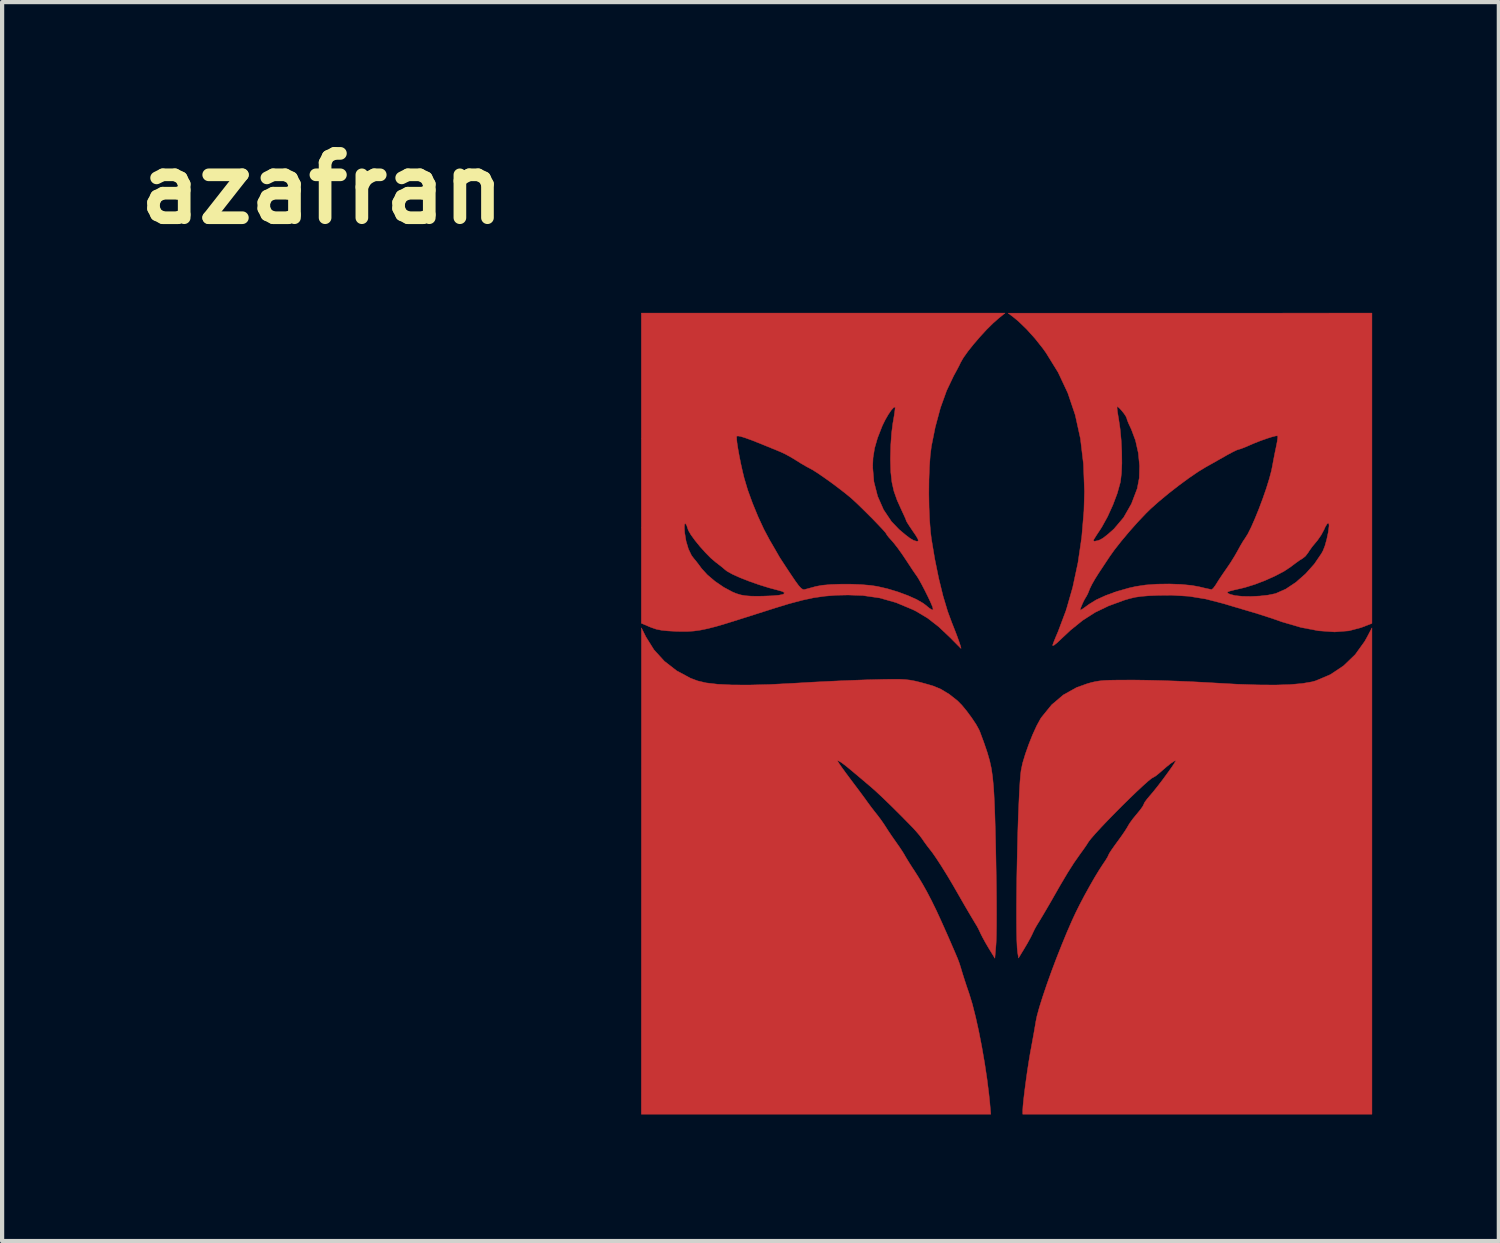
<source format=kicad_pcb>
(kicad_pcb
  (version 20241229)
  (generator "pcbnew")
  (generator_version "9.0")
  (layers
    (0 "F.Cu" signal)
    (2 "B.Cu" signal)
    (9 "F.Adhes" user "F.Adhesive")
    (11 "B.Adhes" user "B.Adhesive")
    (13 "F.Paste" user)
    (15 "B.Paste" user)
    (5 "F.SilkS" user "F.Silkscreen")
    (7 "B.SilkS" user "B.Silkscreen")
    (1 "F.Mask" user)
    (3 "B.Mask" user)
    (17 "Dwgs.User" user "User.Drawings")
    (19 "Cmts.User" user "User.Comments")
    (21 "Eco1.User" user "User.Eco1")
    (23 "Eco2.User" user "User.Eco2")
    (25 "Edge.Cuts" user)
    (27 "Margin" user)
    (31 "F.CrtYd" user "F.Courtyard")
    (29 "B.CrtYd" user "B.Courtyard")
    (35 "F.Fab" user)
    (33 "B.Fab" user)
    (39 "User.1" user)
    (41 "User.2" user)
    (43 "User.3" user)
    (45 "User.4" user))
  (footprint "azafran"
    (layer "F.Cu")
    (at 20.829 13.068)
    (property "Reference" "azafran" (at -16.25 -11.65 0) (layer "F.SilkS") (effects (font (size 1.524 1.524) (thickness 0.3))))
    (attr through_hole)
    (fp_poly (pts (xy -8.576 -1.027) (xy -8.387 -0.725) (xy -8.141 -0.455) (xy -7.849 -0.228) (xy -7.524 -0.053) (xy -7.352 0.012) (xy -7.152 0.059) (xy -6.881 0.091) (xy -6.541 0.108) (xy -6.132 0.11) (xy -5.655 0.098) (xy -5.111 0.07) (xy -5.003 0.064) (xy -4.685 0.045) (xy -4.331 0.027) (xy -3.968 0.01) (xy -3.62 -0.004) (xy -3.311 -0.015) (xy -3.225 -0.017) (xy -2.956 -0.024) (xy -2.744 -0.027) (xy -2.577 -0.027) (xy -2.44 -0.02) (xy -2.318 -0.006) (xy -2.197 0.017) (xy -2.062 0.05) (xy -1.9 0.095) (xy -1.774 0.132) (xy -1.592 0.207) (xy -1.391 0.329) (xy -1.198 0.481) (xy -1.095 0.585) (xy -0.977 0.728) (xy -0.86 0.887) (xy -0.757 1.041) (xy -0.685 1.171) (xy -0.67 1.205) (xy -0.568 1.48) (xy -0.491 1.706) (xy -0.434 1.903) (xy -0.394 2.087) (xy -0.366 2.279) (xy -0.345 2.495) (xy -0.342 2.533) (xy -0.331 2.709) (xy -0.32 2.94) (xy -0.31 3.215) (xy -0.301 3.524) (xy -0.293 3.857) (xy -0.286 4.205) (xy -0.28 4.556) (xy -0.275 4.902) (xy -0.272 5.232) (xy -0.271 5.536) (xy -0.272 5.803) (xy -0.275 6.025) (xy -0.28 6.19) (xy -0.284 6.261) (xy -0.311 6.582) (xy -0.452 6.352) (xy -0.531 6.218) (xy -0.602 6.089) (xy -0.649 5.995) (xy -0.695 5.897) (xy -0.735 5.821) (xy -0.74 5.814) (xy -0.792 5.728) (xy -0.869 5.599) (xy -0.959 5.447) (xy -1.05 5.291) (xy -1.129 5.153) (xy -1.157 5.104) (xy -1.296 4.862) (xy -1.436 4.626) (xy -1.571 4.409) (xy -1.691 4.224) (xy -1.788 4.084) (xy -1.825 4.036) (xy -1.913 3.923) (xy -1.992 3.814) (xy -2.026 3.764) (xy -2.09 3.677) (xy -2.183 3.568) (xy -2.253 3.491) (xy -2.512 3.227) (xy -2.754 2.986) (xy -2.971 2.776) (xy -3.153 2.606) (xy -3.253 2.519) (xy -3.477 2.329) (xy -3.652 2.182) (xy -3.784 2.072) (xy -3.881 1.995) (xy -3.947 1.946) (xy -3.986 1.922) (xy -4.031 1.9) (xy -4.036 1.913) (xy -4 1.971) (xy -3.988 1.989) (xy -3.939 2.06) (xy -3.857 2.173) (xy -3.755 2.31) (xy -3.663 2.433) (xy -3.552 2.58) (xy -3.45 2.717) (xy -3.369 2.828) (xy -3.327 2.887) (xy -3.257 2.982) (xy -3.167 3.1) (xy -3.113 3.167) (xy -3.022 3.286) (xy -2.939 3.405) (xy -2.902 3.462) (xy -2.842 3.556) (xy -2.757 3.683) (xy -2.665 3.814) (xy -2.663 3.817) (xy -2.576 3.941) (xy -2.5 4.055) (xy -2.451 4.135) (xy -2.449 4.14) (xy -2.404 4.217) (xy -2.334 4.331) (xy -2.252 4.459) (xy -2.243 4.471) (xy -2.128 4.651) (xy -2.02 4.831) (xy -1.915 5.019) (xy -1.808 5.225) (xy -1.694 5.458) (xy -1.57 5.728) (xy -1.43 6.042) (xy -1.27 6.411) (xy -1.192 6.594) (xy -1.151 6.704) (xy -1.111 6.831) (xy -1.107 6.848) (xy -1.079 6.939) (xy -1.035 7.079) (xy -0.979 7.25) (xy -0.918 7.428) (xy -0.844 7.671) (xy -0.768 7.971) (xy -0.692 8.314) (xy -0.62 8.683) (xy -0.554 9.064) (xy -0.497 9.443) (xy -0.452 9.803) (xy -0.432 9.996) (xy -0.407 10.277) (xy -8.686 10.277) (xy -8.685 4.516) (xy -8.684 -1.244) (xy -8.576 -1.027)) (stroke (width 0.01) (type solid)) (fill yes) (layer "F.Cu"))
    (fp_poly (pts (xy 8.622 10.277) (xy 0.349 10.277) (xy 0.349 10.195) (xy 0.355 10.088) (xy 0.371 9.925) (xy 0.395 9.722) (xy 0.425 9.494) (xy 0.458 9.256) (xy 0.494 9.024) (xy 0.529 8.813) (xy 0.545 8.731) (xy 0.58 8.538) (xy 0.613 8.356) (xy 0.639 8.205) (xy 0.656 8.104) (xy 0.656 8.101) (xy 0.687 7.949) (xy 0.744 7.742) (xy 0.823 7.491) (xy 0.919 7.207) (xy 1.028 6.902) (xy 1.147 6.586) (xy 1.272 6.27) (xy 1.397 5.966) (xy 1.52 5.684) (xy 1.603 5.505) (xy 1.698 5.314) (xy 1.811 5.099) (xy 1.933 4.878) (xy 2.052 4.67) (xy 2.16 4.493) (xy 2.237 4.374) (xy 2.309 4.267) (xy 2.361 4.182) (xy 2.381 4.137) (xy 2.381 4.137) (xy 2.402 4.095) (xy 2.457 4.011) (xy 2.537 3.897) (xy 2.59 3.825) (xy 2.686 3.693) (xy 2.768 3.573) (xy 2.825 3.483) (xy 2.84 3.455) (xy 2.884 3.382) (xy 2.961 3.277) (xy 3.048 3.171) (xy 3.132 3.069) (xy 3.192 2.985) (xy 3.216 2.936) (xy 3.216 2.935) (xy 3.239 2.886) (xy 3.298 2.807) (xy 3.343 2.754) (xy 3.431 2.651) (xy 3.546 2.508) (xy 3.671 2.344) (xy 3.792 2.179) (xy 3.895 2.034) (xy 3.924 1.989) (xy 3.968 1.92) (xy 3.971 1.899) (xy 3.933 1.916) (xy 3.919 1.924) (xy 3.854 1.968) (xy 3.758 2.045) (xy 3.661 2.129) (xy 3.565 2.212) (xy 3.489 2.271) (xy 3.449 2.294) (xy 3.449 2.294) (xy 3.404 2.319) (xy 3.317 2.389) (xy 3.196 2.497) (xy 3.05 2.633) (xy 2.886 2.791) (xy 2.712 2.962) (xy 2.537 3.138) (xy 2.367 3.312) (xy 2.212 3.475) (xy 2.079 3.619) (xy 1.975 3.738) (xy 1.91 3.821) (xy 1.898 3.84) (xy 1.856 3.906) (xy 1.784 4.009) (xy 1.699 4.127) (xy 1.692 4.137) (xy 1.561 4.324) (xy 1.411 4.56) (xy 1.239 4.85) (xy 1.093 5.105) (xy 1.018 5.237) (xy 0.93 5.388) (xy 0.84 5.541) (xy 0.759 5.677) (xy 0.697 5.778) (xy 0.675 5.814) (xy 0.636 5.883) (xy 0.589 5.98) (xy 0.583 5.995) (xy 0.535 6.092) (xy 0.464 6.221) (xy 0.388 6.35) (xy 0.25 6.577) (xy 0.227 6.44) (xy 0.217 6.332) (xy 0.209 6.161) (xy 0.204 5.935) (xy 0.202 5.663) (xy 0.202 5.355) (xy 0.205 5.019) (xy 0.209 4.664) (xy 0.216 4.299) (xy 0.224 3.933) (xy 0.233 3.576) (xy 0.244 3.235) (xy 0.257 2.921) (xy 0.27 2.641) (xy 0.284 2.406) (xy 0.299 2.223) (xy 0.31 2.134) (xy 0.346 1.961) (xy 0.41 1.748) (xy 0.492 1.516) (xy 0.584 1.285) (xy 0.679 1.077) (xy 0.769 0.912) (xy 0.792 0.877) (xy 1.034 0.579) (xy 1.311 0.344) (xy 1.626 0.168) (xy 1.873 0.08) (xy 1.977 0.05) (xy 2.071 0.029) (xy 2.167 0.013) (xy 2.278 0.002) (xy 2.416 -0.004) (xy 2.593 -0.007) (xy 2.822 -0.008) (xy 3.016 -0.008) (xy 3.294 -0.004) (xy 3.623 0.004) (xy 3.979 0.016) (xy 4.341 0.031) (xy 4.687 0.049) (xy 4.877 0.06) (xy 5.432 0.091) (xy 5.918 0.107) (xy 6.336 0.11) (xy 6.688 0.099) (xy 6.976 0.073) (xy 7.203 0.034) (xy 7.289 0.01) (xy 7.638 -0.138) (xy 7.952 -0.348) (xy 8.226 -0.612) (xy 8.451 -0.925) (xy 8.504 -1.02) (xy 8.622 -1.244) (xy 8.622 10.277)) (stroke (width 0.01) (type solid)) (fill yes) (layer "F.Cu"))
    (fp_poly (pts (xy 8.622 -1.35) (xy 8.369 -1.252) (xy 8.076 -1.174) (xy 7.738 -1.148) (xy 7.359 -1.175) (xy 6.943 -1.254) (xy 6.494 -1.385) (xy 6.373 -1.428) (xy 6.218 -1.481) (xy 6.027 -1.543) (xy 5.832 -1.604) (xy 5.764 -1.624) (xy 5.567 -1.682) (xy 5.351 -1.746) (xy 5.155 -1.805) (xy 5.103 -1.82) (xy 4.686 -1.928) (xy 4.287 -1.993) (xy 3.876 -2.018) (xy 3.567 -2.015) (xy 3.337 -2.005) (xy 3.16 -1.991) (xy 3.015 -1.97) (xy 2.88 -1.938) (xy 2.752 -1.9) (xy 2.384 -1.765) (xy 2.064 -1.611) (xy 1.772 -1.424) (xy 1.485 -1.193) (xy 1.285 -1.006) (xy 1.167 -0.894) (xy 1.09 -0.833) (xy 1.058 -0.825) (xy 1.059 -0.839) (xy 1.085 -0.911) (xy 1.131 -1.025) (xy 1.187 -1.156) (xy 1.189 -1.161) (xy 1.375 -1.656) (xy 1.383 -1.68) (xy 1.711 -1.68) (xy 1.712 -1.661) (xy 1.749 -1.681) (xy 1.826 -1.734) (xy 1.92 -1.803) (xy 2.09 -1.908) (xy 2.316 -2.011) (xy 2.499 -2.077) (xy 5.194 -2.077) (xy 5.223 -2.057) (xy 5.266 -2.038) (xy 5.385 -2.008) (xy 5.554 -1.991) (xy 5.753 -1.988) (xy 5.962 -1.998) (xy 6.16 -2.02) (xy 6.326 -2.054) (xy 6.346 -2.06) (xy 6.58 -2.163) (xy 6.819 -2.322) (xy 7.05 -2.525) (xy 7.258 -2.758) (xy 7.429 -3.009) (xy 7.464 -3.074) (xy 7.508 -3.186) (xy 7.551 -3.34) (xy 7.586 -3.504) (xy 7.605 -3.647) (xy 7.606 -3.684) (xy 7.594 -3.729) (xy 7.563 -3.712) (xy 7.518 -3.64) (xy 7.487 -3.571) (xy 7.42 -3.445) (xy 7.33 -3.315) (xy 7.294 -3.272) (xy 7.208 -3.169) (xy 7.136 -3.069) (xy 7.114 -3.032) (xy 7.048 -2.945) (xy 6.98 -2.89) (xy 6.91 -2.847) (xy 6.807 -2.773) (xy 6.696 -2.689) (xy 6.539 -2.585) (xy 6.332 -2.476) (xy 6.095 -2.369) (xy 5.85 -2.275) (xy 5.618 -2.203) (xy 5.538 -2.183) (xy 5.366 -2.144) (xy 5.257 -2.116) (xy 5.203 -2.095) (xy 5.194 -2.077) (xy 2.499 -2.077) (xy 2.58 -2.107) (xy 2.868 -2.189) (xy 3.029 -2.225) (xy 3.26 -2.26) (xy 3.532 -2.28) (xy 3.82 -2.284) (xy 4.103 -2.274) (xy 4.356 -2.249) (xy 4.522 -2.219) (xy 4.656 -2.187) (xy 4.762 -2.164) (xy 4.821 -2.152) (xy 4.825 -2.152) (xy 4.861 -2.18) (xy 4.914 -2.251) (xy 4.934 -2.283) (xy 4.995 -2.38) (xy 5.08 -2.508) (xy 5.172 -2.641) (xy 5.176 -2.646) (xy 5.275 -2.792) (xy 5.372 -2.949) (xy 5.444 -3.076) (xy 5.511 -3.198) (xy 5.575 -3.305) (xy 5.611 -3.357) (xy 5.679 -3.465) (xy 5.761 -3.628) (xy 5.851 -3.833) (xy 5.945 -4.064) (xy 6.036 -4.307) (xy 6.12 -4.549) (xy 6.19 -4.775) (xy 6.242 -4.97) (xy 6.262 -5.07) (xy 6.289 -5.216) (xy 6.323 -5.391) (xy 6.351 -5.524) (xy 6.376 -5.65) (xy 6.39 -5.746) (xy 6.391 -5.791) (xy 6.39 -5.792) (xy 6.347 -5.792) (xy 6.252 -5.768) (xy 6.123 -5.727) (xy 5.974 -5.674) (xy 5.822 -5.614) (xy 5.73 -5.574) (xy 5.61 -5.522) (xy 5.513 -5.485) (xy 5.462 -5.471) (xy 5.413 -5.454) (xy 5.319 -5.408) (xy 5.197 -5.343) (xy 5.152 -5.317) (xy 4.995 -5.228) (xy 4.833 -5.136) (xy 4.697 -5.06) (xy 4.686 -5.054) (xy 4.502 -4.942) (xy 4.283 -4.792) (xy 4.044 -4.616) (xy 3.803 -4.428) (xy 3.575 -4.239) (xy 3.377 -4.063) (xy 3.273 -3.961) (xy 3.071 -3.748) (xy 2.868 -3.519) (xy 2.678 -3.292) (xy 2.515 -3.084) (xy 2.406 -2.931) (xy 2.346 -2.84) (xy 2.262 -2.713) (xy 2.169 -2.573) (xy 2.147 -2.54) (xy 2.061 -2.403) (xy 1.987 -2.273) (xy 1.938 -2.173) (xy 1.931 -2.154) (xy 1.892 -2.057) (xy 1.855 -1.986) (xy 1.852 -1.983) (xy 1.813 -1.918) (xy 1.77 -1.831) (xy 1.733 -1.744) (xy 1.711 -1.68) (xy 1.383 -1.68) (xy 1.533 -2.203) (xy 1.658 -2.788) (xy 1.735 -3.31) (xy 2.018 -3.31) (xy 2.049 -3.295) (xy 2.134 -3.313) (xy 2.183 -3.331) (xy 2.253 -3.372) (xy 2.355 -3.451) (xy 2.472 -3.553) (xy 2.514 -3.592) (xy 2.739 -3.858) (xy 2.924 -4.182) (xy 3.062 -4.545) (xy 3.11 -4.797) (xy 3.117 -5.085) (xy 3.087 -5.388) (xy 3.021 -5.683) (xy 2.922 -5.948) (xy 2.905 -5.984) (xy 2.855 -6.091) (xy 2.822 -6.175) (xy 2.815 -6.205) (xy 2.794 -6.254) (xy 2.745 -6.327) (xy 2.683 -6.403) (xy 2.626 -6.463) (xy 2.589 -6.486) (xy 2.585 -6.485) (xy 2.584 -6.444) (xy 2.595 -6.351) (xy 2.616 -6.224) (xy 2.621 -6.197) (xy 2.656 -5.959) (xy 2.681 -5.692) (xy 2.695 -5.415) (xy 2.698 -5.148) (xy 2.688 -4.909) (xy 2.666 -4.719) (xy 2.66 -4.687) (xy 2.59 -4.435) (xy 2.485 -4.156) (xy 2.359 -3.879) (xy 2.222 -3.631) (xy 2.173 -3.555) (xy 2.099 -3.444) (xy 2.045 -3.358) (xy 2.019 -3.312) (xy 2.018 -3.31) (xy 1.735 -3.31) (xy 1.747 -3.396) (xy 1.799 -4.012) (xy 1.812 -4.473) (xy 1.788 -5.125) (xy 1.716 -5.728) (xy 1.593 -6.287) (xy 1.417 -6.808) (xy 1.188 -7.296) (xy 0.903 -7.757) (xy 0.829 -7.861) (xy 0.642 -8.097) (xy 0.441 -8.32) (xy 0.244 -8.51) (xy 0.131 -8.603) (xy 0.004 -8.7) (xy 4.313 -8.7) (xy 8.622 -8.701) (xy 8.622 -1.35)) (stroke (width 0.01) (type solid)) (fill yes) (layer "F.Cu"))
    (fp_poly (pts (xy -0.214 -8.585) (xy -0.351 -8.464) (xy -0.506 -8.311) (xy -0.665 -8.138) (xy -0.818 -7.96) (xy -0.954 -7.789) (xy -1.06 -7.639) (xy -1.126 -7.524) (xy -1.13 -7.514) (xy -1.16 -7.451) (xy -1.215 -7.347) (xy -1.283 -7.222) (xy -1.288 -7.213) (xy -1.453 -6.866) (xy -1.6 -6.458) (xy -1.724 -5.997) (xy -1.815 -5.544) (xy -1.842 -5.328) (xy -1.861 -5.059) (xy -1.872 -4.752) (xy -1.875 -4.427) (xy -1.87 -4.102) (xy -1.857 -3.793) (xy -1.835 -3.519) (xy -1.815 -3.355) (xy -1.734 -2.872) (xy -1.641 -2.416) (xy -1.539 -2) (xy -1.43 -1.636) (xy -1.334 -1.376) (xy -1.271 -1.217) (xy -1.211 -1.062) (xy -1.162 -0.925) (xy -1.127 -0.821) (xy -1.112 -0.764) (xy -1.113 -0.757) (xy -1.14 -0.782) (xy -1.206 -0.848) (xy -1.3 -0.943) (xy -1.365 -1.009) (xy -1.64 -1.269) (xy -1.903 -1.474) (xy -2.171 -1.635) (xy -2.253 -1.676) (xy -2.652 -1.843) (xy -3.04 -1.953) (xy -3.442 -2.011) (xy -3.785 -2.023) (xy -4.075 -2.017) (xy -4.342 -1.995) (xy -4.606 -1.957) (xy -4.884 -1.897) (xy -5.194 -1.814) (xy -5.511 -1.717) (xy -5.715 -1.652) (xy -5.954 -1.576) (xy -6.196 -1.499) (xy -6.364 -1.446) (xy -6.664 -1.352) (xy -6.91 -1.279) (xy -7.112 -1.227) (xy -7.286 -1.191) (xy -7.443 -1.169) (xy -7.597 -1.159) (xy -7.76 -1.159) (xy -7.851 -1.161) (xy -8.057 -1.172) (xy -8.21 -1.188) (xy -8.333 -1.213) (xy -8.447 -1.252) (xy -8.477 -1.264) (xy -8.686 -1.353) (xy -8.686 -3.612) (xy -7.667 -3.612) (xy -7.659 -3.498) (xy -7.626 -3.298) (xy -7.57 -3.111) (xy -7.498 -2.961) (xy -7.448 -2.894) (xy -7.4 -2.837) (xy -7.327 -2.743) (xy -7.261 -2.653) (xy -7.124 -2.502) (xy -6.941 -2.347) (xy -6.733 -2.205) (xy -6.524 -2.093) (xy -6.43 -2.055) (xy -6.327 -2.024) (xy -6.216 -2.005) (xy -6.079 -1.995) (xy -5.897 -1.994) (xy -5.794 -1.996) (xy -5.583 -2.004) (xy -5.427 -2.018) (xy -5.332 -2.037) (xy -5.309 -2.049) (xy -5.298 -2.079) (xy -5.342 -2.106) (xy -5.425 -2.13) (xy -5.664 -2.194) (xy -5.908 -2.27) (xy -6.141 -2.352) (xy -6.353 -2.436) (xy -6.528 -2.515) (xy -6.655 -2.586) (xy -6.706 -2.625) (xy -6.754 -2.667) (xy -6.84 -2.735) (xy -6.926 -2.801) (xy -7.041 -2.899) (xy -7.168 -3.028) (xy -7.297 -3.172) (xy -7.415 -3.317) (xy -7.511 -3.449) (xy -7.572 -3.554) (xy -7.586 -3.594) (xy -7.613 -3.676) (xy -7.644 -3.718) (xy -7.663 -3.7) (xy -7.667 -3.612) (xy -8.686 -3.612) (xy -8.686 -5.027) (xy -8.686 -5.739) (xy -6.43 -5.739) (xy -6.42 -5.638) (xy -6.398 -5.494) (xy -6.367 -5.322) (xy -6.33 -5.135) (xy -6.288 -4.948) (xy -6.249 -4.788) (xy -6.166 -4.51) (xy -6.053 -4.199) (xy -5.922 -3.88) (xy -5.782 -3.578) (xy -5.65 -3.33) (xy -5.566 -3.186) (xy -5.495 -3.063) (xy -5.445 -2.976) (xy -5.426 -2.942) (xy -5.398 -2.896) (xy -5.338 -2.804) (xy -5.255 -2.677) (xy -5.157 -2.529) (xy -5.148 -2.516) (xy -5.038 -2.353) (xy -4.958 -2.244) (xy -4.899 -2.18) (xy -4.855 -2.153) (xy -4.822 -2.152) (xy -4.747 -2.172) (xy -4.632 -2.203) (xy -4.549 -2.226) (xy -4.402 -2.253) (xy -4.202 -2.271) (xy -3.968 -2.279) (xy -3.719 -2.279) (xy -3.474 -2.269) (xy -3.252 -2.25) (xy -3.098 -2.227) (xy -2.852 -2.17) (xy -2.604 -2.095) (xy -2.369 -2.008) (xy -2.166 -1.917) (xy -2.01 -1.827) (xy -1.966 -1.794) (xy -1.858 -1.707) (xy -1.795 -1.669) (xy -1.773 -1.68) (xy -1.786 -1.737) (xy -1.79 -1.748) (xy -1.833 -1.85) (xy -1.896 -1.983) (xy -1.969 -2.13) (xy -2.043 -2.272) (xy -2.108 -2.39) (xy -2.155 -2.466) (xy -2.164 -2.478) (xy -2.195 -2.522) (xy -2.257 -2.612) (xy -2.338 -2.735) (xy -2.407 -2.84) (xy -2.51 -2.994) (xy -2.615 -3.14) (xy -2.707 -3.257) (xy -2.749 -3.306) (xy -2.823 -3.388) (xy -2.871 -3.449) (xy -2.88 -3.469) (xy -2.905 -3.505) (xy -2.972 -3.58) (xy -3.071 -3.685) (xy -3.191 -3.81) (xy -3.324 -3.943) (xy -3.457 -4.075) (xy -3.582 -4.196) (xy -3.688 -4.294) (xy -3.736 -4.336) (xy -3.871 -4.446) (xy -4.031 -4.569) (xy -4.201 -4.696) (xy -4.369 -4.815) (xy -4.518 -4.917) (xy -4.634 -4.99) (xy -4.684 -5.017) (xy -4.763 -5.059) (xy -3.206 -5.059) (xy -3.176 -4.704) (xy -3.088 -4.361) (xy -2.948 -4.043) (xy -2.761 -3.764) (xy -2.581 -3.576) (xy -2.43 -3.449) (xy -2.32 -3.365) (xy -2.237 -3.317) (xy -2.171 -3.297) (xy -2.147 -3.295) (xy -2.124 -3.308) (xy -2.136 -3.353) (xy -2.188 -3.44) (xy -2.247 -3.526) (xy -2.323 -3.638) (xy -2.38 -3.727) (xy -2.408 -3.775) (xy -2.409 -3.779) (xy -2.423 -3.82) (xy -2.462 -3.908) (xy -2.516 -4.023) (xy -2.518 -4.028) (xy -2.626 -4.267) (xy -2.702 -4.482) (xy -2.75 -4.695) (xy -2.776 -4.929) (xy -2.785 -5.208) (xy -2.785 -5.272) (xy -2.777 -5.575) (xy -2.757 -5.86) (xy -2.726 -6.102) (xy -2.722 -6.12) (xy -2.697 -6.268) (xy -2.68 -6.386) (xy -2.672 -6.459) (xy -2.673 -6.474) (xy -2.708 -6.464) (xy -2.765 -6.402) (xy -2.834 -6.301) (xy -2.907 -6.175) (xy -2.975 -6.037) (xy -2.984 -6.015) (xy -3.091 -5.741) (xy -3.16 -5.501) (xy -3.197 -5.272) (xy -3.206 -5.059) (xy -4.763 -5.059) (xy -4.776 -5.066) (xy -4.9 -5.138) (xy -5.012 -5.208) (xy -5.145 -5.289) (xy -5.278 -5.362) (xy -5.367 -5.404) (xy -5.669 -5.529) (xy -5.911 -5.627) (xy -6.098 -5.7) (xy -6.237 -5.75) (xy -6.334 -5.779) (xy -6.394 -5.79) (xy -6.425 -5.785) (xy -6.427 -5.783) (xy -6.43 -5.739) (xy -8.686 -5.739) (xy -8.686 -8.701) (xy -0.07 -8.701) (xy -0.214 -8.585)) (stroke (width 0.01) (type solid)) (fill yes) (layer "F.Cu"))
    (fp_poly (pts (xy 2.666 -6.454) (xy 2.709 -6.413) (xy 2.71 -6.411) (xy 2.782 -6.312) (xy 2.862 -6.156) (xy 2.946 -5.958) (xy 3.025 -5.733) (xy 3.062 -5.615) (xy 3.125 -5.276) (xy 3.125 -4.925) (xy 3.066 -4.575) (xy 2.95 -4.24) (xy 2.782 -3.933) (xy 2.564 -3.669) (xy 2.537 -3.643) (xy 2.394 -3.517) (xy 2.257 -3.417) (xy 2.14 -3.35) (xy 2.062 -3.328) (xy 2.072 -3.356) (xy 2.113 -3.43) (xy 2.178 -3.536) (xy 2.201 -3.573) (xy 2.348 -3.825) (xy 2.482 -4.099) (xy 2.594 -4.371) (xy 2.67 -4.614) (xy 2.675 -4.636) (xy 2.706 -4.825) (xy 2.724 -5.064) (xy 2.73 -5.333) (xy 2.723 -5.611) (xy 2.703 -5.877) (xy 2.678 -6.068) (xy 2.648 -6.253) (xy 2.631 -6.376) (xy 2.628 -6.445) (xy 2.639 -6.468) (xy 2.666 -6.454)) (stroke (width 0.01) (type solid)) (fill yes) (layer "F.Mask"))
    (fp_poly (pts (xy -2.699 -6.461) (xy -2.698 -6.42) (xy -2.71 -6.326) (xy -2.733 -6.199) (xy -2.739 -6.172) (xy -2.767 -5.987) (xy -2.787 -5.761) (xy -2.799 -5.511) (xy -2.801 -5.254) (xy -2.795 -5.007) (xy -2.781 -4.787) (xy -2.757 -4.612) (xy -2.739 -4.533) (xy -2.673 -4.347) (xy -2.583 -4.134) (xy -2.48 -3.915) (xy -2.376 -3.713) (xy -2.28 -3.551) (xy -2.254 -3.514) (xy -2.172 -3.393) (xy -2.137 -3.325) (xy -2.151 -3.304) (xy -2.214 -3.326) (xy -2.3 -3.37) (xy -2.482 -3.497) (xy -2.665 -3.674) (xy -2.832 -3.883) (xy -2.966 -4.105) (xy -2.967 -4.107) (xy -3.117 -4.463) (xy -3.199 -4.808) (xy -3.214 -5.15) (xy -3.164 -5.499) (xy -3.15 -5.558) (xy -3.101 -5.72) (xy -3.038 -5.89) (xy -2.967 -6.058) (xy -2.893 -6.212) (xy -2.822 -6.339) (xy -2.761 -6.427) (xy -2.715 -6.465) (xy -2.699 -6.461)) (stroke (width 0.01) (type solid)) (fill yes) (layer "F.Mask"))
    (fp_poly (pts (xy 7.578 -3.667) (xy 7.576 -3.585) (xy 7.562 -3.471) (xy 7.54 -3.346) (xy 7.512 -3.228) (xy 7.483 -3.136) (xy 7.474 -3.118) (xy 7.422 -3.029) (xy 7.34 -2.906) (xy 7.245 -2.772) (xy 7.219 -2.737) (xy 7.037 -2.531) (xy 6.817 -2.341) (xy 6.581 -2.184) (xy 6.364 -2.082) (xy 6.257 -2.056) (xy 6.099 -2.034) (xy 5.913 -2.017) (xy 5.719 -2.006) (xy 5.541 -2.003) (xy 5.4 -2.01) (xy 5.351 -2.017) (xy 5.261 -2.043) (xy 5.24 -2.072) (xy 5.289 -2.105) (xy 5.409 -2.143) (xy 5.448 -2.153) (xy 5.602 -2.196) (xy 5.785 -2.255) (xy 5.979 -2.323) (xy 6.166 -2.394) (xy 6.327 -2.461) (xy 6.444 -2.517) (xy 6.475 -2.534) (xy 6.765 -2.739) (xy 7.023 -2.961) (xy 7.24 -3.189) (xy 7.404 -3.413) (xy 7.465 -3.526) (xy 7.514 -3.622) (xy 7.552 -3.685) (xy 7.566 -3.698) (xy 7.578 -3.667)) (stroke (width 0.01) (type solid)) (fill yes) (layer "F.Mask"))
    (fp_poly (pts (xy -7.582 -3.553) (xy -7.52 -3.436) (xy -7.457 -3.337) (xy -7.425 -3.298) (xy -7.366 -3.23) (xy -7.287 -3.13) (xy -7.234 -3.059) (xy -7.164 -2.966) (xy -7.11 -2.904) (xy -7.087 -2.887) (xy -7.049 -2.867) (xy -6.969 -2.812) (xy -6.86 -2.733) (xy -6.81 -2.696) (xy -6.603 -2.561) (xy -6.343 -2.427) (xy -6.052 -2.303) (xy -5.751 -2.199) (xy -5.534 -2.14) (xy -5.399 -2.104) (xy -5.329 -2.078) (xy -5.314 -2.055) (xy -5.329 -2.042) (xy -5.398 -2.024) (xy -5.52 -2.01) (xy -5.677 -2) (xy -5.849 -1.995) (xy -6.018 -1.995) (xy -6.164 -2.002) (xy -6.269 -2.015) (xy -6.271 -2.015) (xy -6.407 -2.053) (xy -6.544 -2.101) (xy -6.553 -2.105) (xy -6.656 -2.159) (xy -6.783 -2.238) (xy -6.916 -2.33) (xy -7.038 -2.423) (xy -7.13 -2.504) (xy -7.174 -2.555) (xy -7.215 -2.615) (xy -7.285 -2.707) (xy -7.347 -2.784) (xy -7.513 -3.028) (xy -7.613 -3.284) (xy -7.651 -3.51) (xy -7.67 -3.74) (xy -7.582 -3.553)) (stroke (width 0.01) (type solid)) (fill yes) (layer "F.Mask"))
    (fp_poly (pts (xy 6.367 -5.791) (xy 6.369 -5.749) (xy 6.357 -5.65) (xy 6.334 -5.51) (xy 6.303 -5.341) (xy 6.266 -5.16) (xy 6.228 -4.98) (xy 6.189 -4.815) (xy 6.154 -4.68) (xy 6.146 -4.652) (xy 6.071 -4.429) (xy 5.976 -4.177) (xy 5.869 -3.918) (xy 5.759 -3.672) (xy 5.653 -3.456) (xy 5.57 -3.307) (xy 5.506 -3.204) (xy 5.412 -3.057) (xy 5.3 -2.88) (xy 5.179 -2.691) (xy 5.059 -2.505) (xy 4.951 -2.338) (xy 4.866 -2.206) (xy 4.832 -2.156) (xy 4.798 -2.162) (xy 4.713 -2.187) (xy 4.596 -2.224) (xy 4.593 -2.225) (xy 4.423 -2.263) (xy 4.201 -2.289) (xy 3.944 -2.303) (xy 3.671 -2.304) (xy 3.401 -2.292) (xy 3.152 -2.267) (xy 2.981 -2.238) (xy 2.743 -2.177) (xy 2.502 -2.101) (xy 2.275 -2.014) (xy 2.081 -1.925) (xy 1.937 -1.84) (xy 1.915 -1.824) (xy 1.812 -1.746) (xy 1.754 -1.714) (xy 1.73 -1.722) (xy 1.728 -1.737) (xy 1.745 -1.782) (xy 1.788 -1.866) (xy 1.816 -1.917) (xy 1.874 -2.027) (xy 1.919 -2.124) (xy 1.93 -2.153) (xy 1.964 -2.225) (xy 2.032 -2.343) (xy 2.126 -2.495) (xy 2.238 -2.668) (xy 2.36 -2.849) (xy 2.482 -3.027) (xy 2.598 -3.188) (xy 2.698 -3.319) (xy 2.702 -3.325) (xy 3.068 -3.745) (xy 3.479 -4.15) (xy 3.669 -4.317) (xy 3.821 -4.443) (xy 3.993 -4.576) (xy 4.17 -4.709) (xy 4.34 -4.832) (xy 4.492 -4.936) (xy 4.611 -5.011) (xy 4.679 -5.047) (xy 4.758 -5.086) (xy 4.86 -5.148) (xy 4.896 -5.172) (xy 5.022 -5.252) (xy 5.159 -5.33) (xy 5.185 -5.343) (xy 5.33 -5.413) (xy 5.502 -5.489) (xy 5.686 -5.566) (xy 5.871 -5.638) (xy 6.043 -5.702) (xy 6.191 -5.753) (xy 6.301 -5.785) (xy 6.361 -5.794) (xy 6.367 -5.791)) (stroke (width 0.01) (type solid)) (fill yes) (layer "F.Mask"))
    (fp_poly (pts (xy -6.365 -5.76) (xy -6.267 -5.733) (xy -6.126 -5.687) (xy -5.954 -5.624) (xy -5.764 -5.549) (xy -5.566 -5.466) (xy -5.553 -5.46) (xy -5.065 -5.221) (xy -4.572 -4.924) (xy -4.492 -4.87) (xy -4.359 -4.781) (xy -4.226 -4.691) (xy -4.147 -4.638) (xy -4.056 -4.572) (xy -3.933 -4.475) (xy -3.791 -4.359) (xy -3.644 -4.235) (xy -3.506 -4.116) (xy -3.391 -4.013) (xy -3.313 -3.938) (xy -3.294 -3.917) (xy -3.244 -3.859) (xy -3.159 -3.767) (xy -3.058 -3.659) (xy -3.04 -3.64) (xy -2.917 -3.506) (xy -2.788 -3.358) (xy -2.688 -3.235) (xy -2.59 -3.104) (xy -2.477 -2.943) (xy -2.357 -2.767) (xy -2.24 -2.588) (xy -2.133 -2.42) (xy -2.046 -2.276) (xy -1.988 -2.171) (xy -1.97 -2.132) (xy -1.931 -2.038) (xy -1.873 -1.914) (xy -1.832 -1.833) (xy -1.781 -1.732) (xy -1.749 -1.663) (xy -1.743 -1.642) (xy -1.775 -1.663) (xy -1.843 -1.716) (xy -1.892 -1.756) (xy -2.104 -1.895) (xy -2.372 -2.016) (xy -2.684 -2.116) (xy -3.024 -2.195) (xy -3.379 -2.249) (xy -3.734 -2.277) (xy -4.077 -2.277) (xy -4.393 -2.246) (xy -4.668 -2.182) (xy -4.703 -2.17) (xy -4.802 -2.144) (xy -4.872 -2.155) (xy -4.932 -2.213) (xy -4.999 -2.328) (xy -5.004 -2.338) (xy -5.049 -2.413) (xy -5.123 -2.525) (xy -5.211 -2.653) (xy -5.23 -2.68) (xy -5.316 -2.804) (xy -5.387 -2.913) (xy -5.43 -2.989) (xy -5.435 -3) (xy -5.473 -3.076) (xy -5.535 -3.177) (xy -5.559 -3.214) (xy -5.677 -3.409) (xy -5.802 -3.656) (xy -5.927 -3.939) (xy -6.045 -4.24) (xy -6.149 -4.54) (xy -6.209 -4.745) (xy -6.254 -4.92) (xy -6.298 -5.107) (xy -6.338 -5.295) (xy -6.372 -5.468) (xy -6.397 -5.612) (xy -6.41 -5.714) (xy -6.409 -5.761) (xy -6.408 -5.761) (xy -6.365 -5.76)) (stroke (width 0.01) (type solid)) (fill yes) (layer "F.Mask"))
    (fp_poly (pts (xy -0.02 -8.706) (xy 0.045 -8.672) (xy 0.129 -8.609) (xy 0.246 -8.503) (xy 0.383 -8.367) (xy 0.528 -8.215) (xy 0.667 -8.059) (xy 0.789 -7.914) (xy 0.841 -7.846) (xy 0.925 -7.722) (xy 1.023 -7.559) (xy 1.128 -7.372) (xy 1.231 -7.176) (xy 1.326 -6.986) (xy 1.403 -6.818) (xy 1.456 -6.686) (xy 1.474 -6.626) (xy 1.499 -6.524) (xy 1.536 -6.387) (xy 1.567 -6.278) (xy 1.675 -5.835) (xy 1.75 -5.343) (xy 1.79 -4.82) (xy 1.794 -4.281) (xy 1.78 -3.988) (xy 1.745 -3.605) (xy 1.688 -3.195) (xy 1.616 -2.775) (xy 1.53 -2.365) (xy 1.435 -1.983) (xy 1.334 -1.648) (xy 1.3 -1.55) (xy 1.236 -1.376) (xy 1.184 -1.239) (xy 1.134 -1.113) (xy 1.074 -0.97) (xy 1.004 -0.806) (xy 0.942 -0.661) (xy 1.099 -0.842) (xy 1.432 -1.186) (xy 1.783 -1.468) (xy 2.168 -1.696) (xy 2.598 -1.88) (xy 2.777 -1.939) (xy 2.894 -1.974) (xy 3 -1.999) (xy 3.111 -2.016) (xy 3.242 -2.026) (xy 3.411 -2.032) (xy 3.632 -2.034) (xy 3.688 -2.035) (xy 3.865 -2.035) (xy 4.02 -2.034) (xy 4.159 -2.03) (xy 4.29 -2.02) (xy 4.422 -2.004) (xy 4.562 -1.98) (xy 4.718 -1.946) (xy 4.897 -1.9) (xy 5.107 -1.841) (xy 5.356 -1.766) (xy 5.651 -1.675) (xy 6.001 -1.565) (xy 6.392 -1.442) (xy 6.667 -1.356) (xy 6.889 -1.291) (xy 7.071 -1.245) (xy 7.228 -1.214) (xy 7.374 -1.196) (xy 7.525 -1.189) (xy 7.694 -1.19) (xy 7.79 -1.193) (xy 7.988 -1.201) (xy 8.131 -1.213) (xy 8.237 -1.232) (xy 8.326 -1.261) (xy 8.396 -1.294) (xy 8.496 -1.339) (xy 8.569 -1.36) (xy 8.591 -1.358) (xy 8.594 -1.308) (xy 8.56 -1.215) (xy 8.498 -1.091) (xy 8.415 -0.952) (xy 8.32 -0.81) (xy 8.22 -0.679) (xy 8.156 -0.607) (xy 7.903 -0.371) (xy 7.634 -0.19) (xy 7.338 -0.057) (xy 7.006 0.03) (xy 6.627 0.074) (xy 6.337 0.083) (xy 6.164 0.08) (xy 5.935 0.073) (xy 5.671 0.063) (xy 5.388 0.049) (xy 5.105 0.034) (xy 5.001 0.027) (xy 4.476 -0.005) (xy 4.017 -0.031) (xy 3.617 -0.05) (xy 3.271 -0.062) (xy 2.971 -0.067) (xy 2.712 -0.065) (xy 2.488 -0.057) (xy 2.292 -0.041) (xy 2.117 -0.017) (xy 1.958 0.013) (xy 1.808 0.051) (xy 1.721 0.077) (xy 1.491 0.179) (xy 1.256 0.334) (xy 1.03 0.527) (xy 0.83 0.745) (xy 0.67 0.972) (xy 0.575 1.171) (xy 0.535 1.283) (xy 0.48 1.435) (xy 0.421 1.599) (xy 0.404 1.643) (xy 0.329 1.892) (xy 0.278 2.158) (xy 0.257 2.351) (xy 0.248 2.474) (xy 0.24 2.652) (xy 0.232 2.876) (xy 0.225 3.138) (xy 0.218 3.432) (xy 0.212 3.748) (xy 0.206 4.079) (xy 0.202 4.419) (xy 0.198 4.758) (xy 0.195 5.089) (xy 0.193 5.404) (xy 0.192 5.697) (xy 0.193 5.958) (xy 0.194 6.18) (xy 0.198 6.356) (xy 0.202 6.477) (xy 0.208 6.537) (xy 0.211 6.542) (xy 0.249 6.511) (xy 0.311 6.426) (xy 0.391 6.299) (xy 0.481 6.141) (xy 0.575 5.962) (xy 0.585 5.943) (xy 0.657 5.808) (xy 0.751 5.642) (xy 0.85 5.477) (xy 0.875 5.435) (xy 0.954 5.306) (xy 1.016 5.2) (xy 1.052 5.131) (xy 1.057 5.116) (xy 1.076 5.073) (xy 1.125 4.987) (xy 1.195 4.874) (xy 1.215 4.843) (xy 1.308 4.696) (xy 1.4 4.542) (xy 1.472 4.416) (xy 1.472 4.415) (xy 1.551 4.284) (xy 1.653 4.137) (xy 1.732 4.034) (xy 1.812 3.933) (xy 1.869 3.852) (xy 1.892 3.809) (xy 1.892 3.808) (xy 1.916 3.77) (xy 1.978 3.693) (xy 2.068 3.593) (xy 2.105 3.554) (xy 2.206 3.444) (xy 2.29 3.349) (xy 2.342 3.284) (xy 2.35 3.273) (xy 2.388 3.227) (xy 2.469 3.144) (xy 2.58 3.036) (xy 2.709 2.915) (xy 2.852 2.783) (xy 2.992 2.655) (xy 3.11 2.546) (xy 3.18 2.48) (xy 3.288 2.385) (xy 3.395 2.298) (xy 3.439 2.267) (xy 3.54 2.19) (xy 3.65 2.098) (xy 3.671 2.078) (xy 3.762 1.999) (xy 3.845 1.938) (xy 3.865 1.926) (xy 3.913 1.903) (xy 3.919 1.914) (xy 3.884 1.972) (xy 3.872 1.992) (xy 3.819 2.066) (xy 3.736 2.179) (xy 3.636 2.311) (xy 3.583 2.379) (xy 3.471 2.524) (xy 3.361 2.671) (xy 3.272 2.794) (xy 3.245 2.833) (xy 3.155 2.96) (xy 3.047 3.103) (xy 2.979 3.189) (xy 2.894 3.299) (xy 2.823 3.396) (xy 2.787 3.453) (xy 2.749 3.516) (xy 2.681 3.622) (xy 2.595 3.752) (xy 2.543 3.83) (xy 2.367 4.092) (xy 2.227 4.306) (xy 2.115 4.482) (xy 2.024 4.632) (xy 1.948 4.767) (xy 1.88 4.897) (xy 1.874 4.909) (xy 1.802 5.049) (xy 1.732 5.175) (xy 1.679 5.265) (xy 1.67 5.277) (xy 1.627 5.351) (xy 1.567 5.473) (xy 1.499 5.623) (xy 1.461 5.712) (xy 1.383 5.897) (xy 1.299 6.095) (xy 1.223 6.273) (xy 1.201 6.324) (xy 1.137 6.478) (xy 1.079 6.63) (xy 1.038 6.75) (xy 1.035 6.759) (xy 1.006 6.856) (xy 0.958 7.002) (xy 0.9 7.179) (xy 0.836 7.368) (xy 0.827 7.396) (xy 0.756 7.622) (xy 0.686 7.874) (xy 0.627 8.119) (xy 0.589 8.303) (xy 0.553 8.509) (xy 0.515 8.723) (xy 0.48 8.916) (xy 0.46 9.027) (xy 0.434 9.183) (xy 0.407 9.384) (xy 0.38 9.601) (xy 0.361 9.78) (xy 0.316 10.243) (xy -0.412 10.243) (xy -0.474 9.69) (xy -0.553 9.084) (xy -0.651 8.507) (xy -0.766 7.971) (xy -0.895 7.487) (xy -0.99 7.195) (xy -1.049 7.023) (xy -1.107 6.852) (xy -1.154 6.711) (xy -1.169 6.663) (xy -1.213 6.539) (xy -1.277 6.38) (xy -1.347 6.218) (xy -1.359 6.192) (xy -1.43 6.034) (xy -1.499 5.876) (xy -1.553 5.749) (xy -1.56 5.732) (xy -1.604 5.63) (xy -1.673 5.487) (xy -1.761 5.315) (xy -1.859 5.126) (xy -1.961 4.934) (xy -2.06 4.752) (xy -2.15 4.593) (xy -2.222 4.469) (xy -2.272 4.393) (xy -2.28 4.383) (xy -2.338 4.304) (xy -2.404 4.198) (xy -2.422 4.165) (xy -2.478 4.069) (xy -2.564 3.933) (xy -2.671 3.773) (xy -2.786 3.602) (xy -2.901 3.436) (xy -3.005 3.291) (xy -3.088 3.181) (xy -3.129 3.131) (xy -3.197 3.044) (xy -3.274 2.929) (xy -3.307 2.874) (xy -3.373 2.768) (xy -3.436 2.685) (xy -3.462 2.658) (xy -3.503 2.613) (xy -3.574 2.526) (xy -3.663 2.413) (xy -3.76 2.286) (xy -3.855 2.159) (xy -3.937 2.045) (xy -3.996 1.96) (xy -4.022 1.916) (xy -4.022 1.914) (xy -3.998 1.91) (xy -3.935 1.946) (xy -3.848 2.012) (xy -3.779 2.072) (xy -3.672 2.164) (xy -3.559 2.251) (xy -3.544 2.262) (xy -3.449 2.335) (xy -3.319 2.448) (xy -3.162 2.592) (xy -2.988 2.759) (xy -2.803 2.938) (xy -2.619 3.122) (xy -2.443 3.302) (xy -2.284 3.468) (xy -2.152 3.612) (xy -2.055 3.726) (xy -2.002 3.799) (xy -2 3.802) (xy -1.942 3.894) (xy -1.859 4.005) (xy -1.813 4.061) (xy -1.721 4.178) (xy -1.639 4.301) (xy -1.611 4.352) (xy -1.559 4.446) (xy -1.481 4.578) (xy -1.39 4.724) (xy -1.353 4.782) (xy -1.267 4.919) (xy -1.196 5.043) (xy -1.148 5.135) (xy -1.137 5.162) (xy -1.095 5.261) (xy -1.046 5.344) (xy -0.849 5.643) (xy -0.704 5.894) (xy -0.662 5.977) (xy -0.59 6.118) (xy -0.504 6.273) (xy -0.458 6.351) (xy -0.392 6.454) (xy -0.35 6.501) (xy -0.322 6.5) (xy -0.309 6.482) (xy -0.302 6.433) (xy -0.296 6.32) (xy -0.293 6.15) (xy -0.291 5.932) (xy -0.29 5.673) (xy -0.291 5.383) (xy -0.292 5.068) (xy -0.295 4.737) (xy -0.299 4.398) (xy -0.304 4.059) (xy -0.31 3.729) (xy -0.317 3.414) (xy -0.324 3.123) (xy -0.332 2.865) (xy -0.34 2.647) (xy -0.349 2.478) (xy -0.355 2.387) (xy -0.406 2.041) (xy -0.491 1.693) (xy -0.603 1.359) (xy -0.738 1.059) (xy -0.888 0.812) (xy -0.902 0.792) (xy -1.154 0.503) (xy -1.434 0.276) (xy -1.75 0.108) (xy -2.108 -0.006) (xy -2.377 -0.054) (xy -2.495 -0.063) (xy -2.677 -0.067) (xy -2.915 -0.066) (xy -3.201 -0.06) (xy -3.527 -0.051) (xy -3.885 -0.037) (xy -4.266 -0.02) (xy -4.662 0.001) (xy -5.066 0.025) (xy -5.099 0.027) (xy -5.527 0.053) (xy -5.891 0.071) (xy -6.2 0.081) (xy -6.461 0.083) (xy -6.682 0.077) (xy -6.873 0.062) (xy -7.04 0.04) (xy -7.193 0.009) (xy -7.244 -0.004) (xy -7.415 -0.055) (xy -7.582 -0.116) (xy -7.716 -0.176) (xy -7.75 -0.194) (xy -7.853 -0.255) (xy -7.933 -0.301) (xy -7.963 -0.316) (xy -8.003 -0.349) (xy -8.079 -0.424) (xy -8.179 -0.528) (xy -8.253 -0.607) (xy -8.362 -0.736) (xy -8.468 -0.88) (xy -8.562 -1.025) (xy -8.638 -1.158) (xy -8.687 -1.267) (xy -8.701 -1.337) (xy -8.695 -1.353) (xy -8.653 -1.35) (xy -8.569 -1.322) (xy -8.498 -1.291) (xy -8.408 -1.254) (xy -8.311 -1.228) (xy -8.191 -1.211) (xy -8.028 -1.2) (xy -7.869 -1.194) (xy -7.701 -1.19) (xy -7.557 -1.192) (xy -7.426 -1.2) (xy -7.293 -1.219) (xy -7.146 -1.25) (xy -6.972 -1.295) (xy -6.758 -1.358) (xy -6.492 -1.44) (xy -6.417 -1.463) (xy -6.189 -1.534) (xy -5.944 -1.611) (xy -5.709 -1.684) (xy -5.513 -1.745) (xy -5.492 -1.752) (xy -5.223 -1.834) (xy -5.006 -1.896) (xy -4.82 -1.942) (xy -4.649 -1.976) (xy -4.474 -2.002) (xy -4.278 -2.024) (xy -4.214 -2.03) (xy -3.787 -2.049) (xy -3.381 -2.028) (xy -3.012 -1.968) (xy -2.77 -1.9) (xy -2.416 -1.763) (xy -2.111 -1.612) (xy -1.837 -1.434) (xy -1.573 -1.216) (xy -1.309 -0.955) (xy -1.195 -0.837) (xy -1.124 -0.769) (xy -1.09 -0.748) (xy -1.088 -0.769) (xy -1.099 -0.798) (xy -1.196 -1.026) (xy -1.27 -1.208) (xy -1.33 -1.364) (xy -1.384 -1.515) (xy -1.439 -1.681) (xy -1.462 -1.754) (xy -1.659 -2.477) (xy -1.793 -3.207) (xy -1.865 -3.958) (xy -1.881 -4.513) (xy -1.87 -5) (xy -1.837 -5.432) (xy -1.778 -5.822) (xy -1.693 -6.184) (xy -1.669 -6.267) (xy -1.627 -6.41) (xy -1.592 -6.543) (xy -1.572 -6.625) (xy -1.533 -6.747) (xy -1.461 -6.914) (xy -1.364 -7.112) (xy -1.249 -7.324) (xy -1.125 -7.537) (xy -1 -7.735) (xy -0.882 -7.905) (xy -0.836 -7.965) (xy -0.643 -8.194) (xy -0.453 -8.398) (xy -0.279 -8.564) (xy -0.143 -8.671) (xy -0.075 -8.71) (xy -0.02 -8.706)) (stroke (width 0.01) (type solid)) (fill yes) (layer "F.Mask")))
  (gr_rect
    (start -3 -3)
    (end 32.457 26.35)
    (stroke (width 0.1) (type default))
    (fill no)
    (layer "Edge.Cuts")))
</source>
